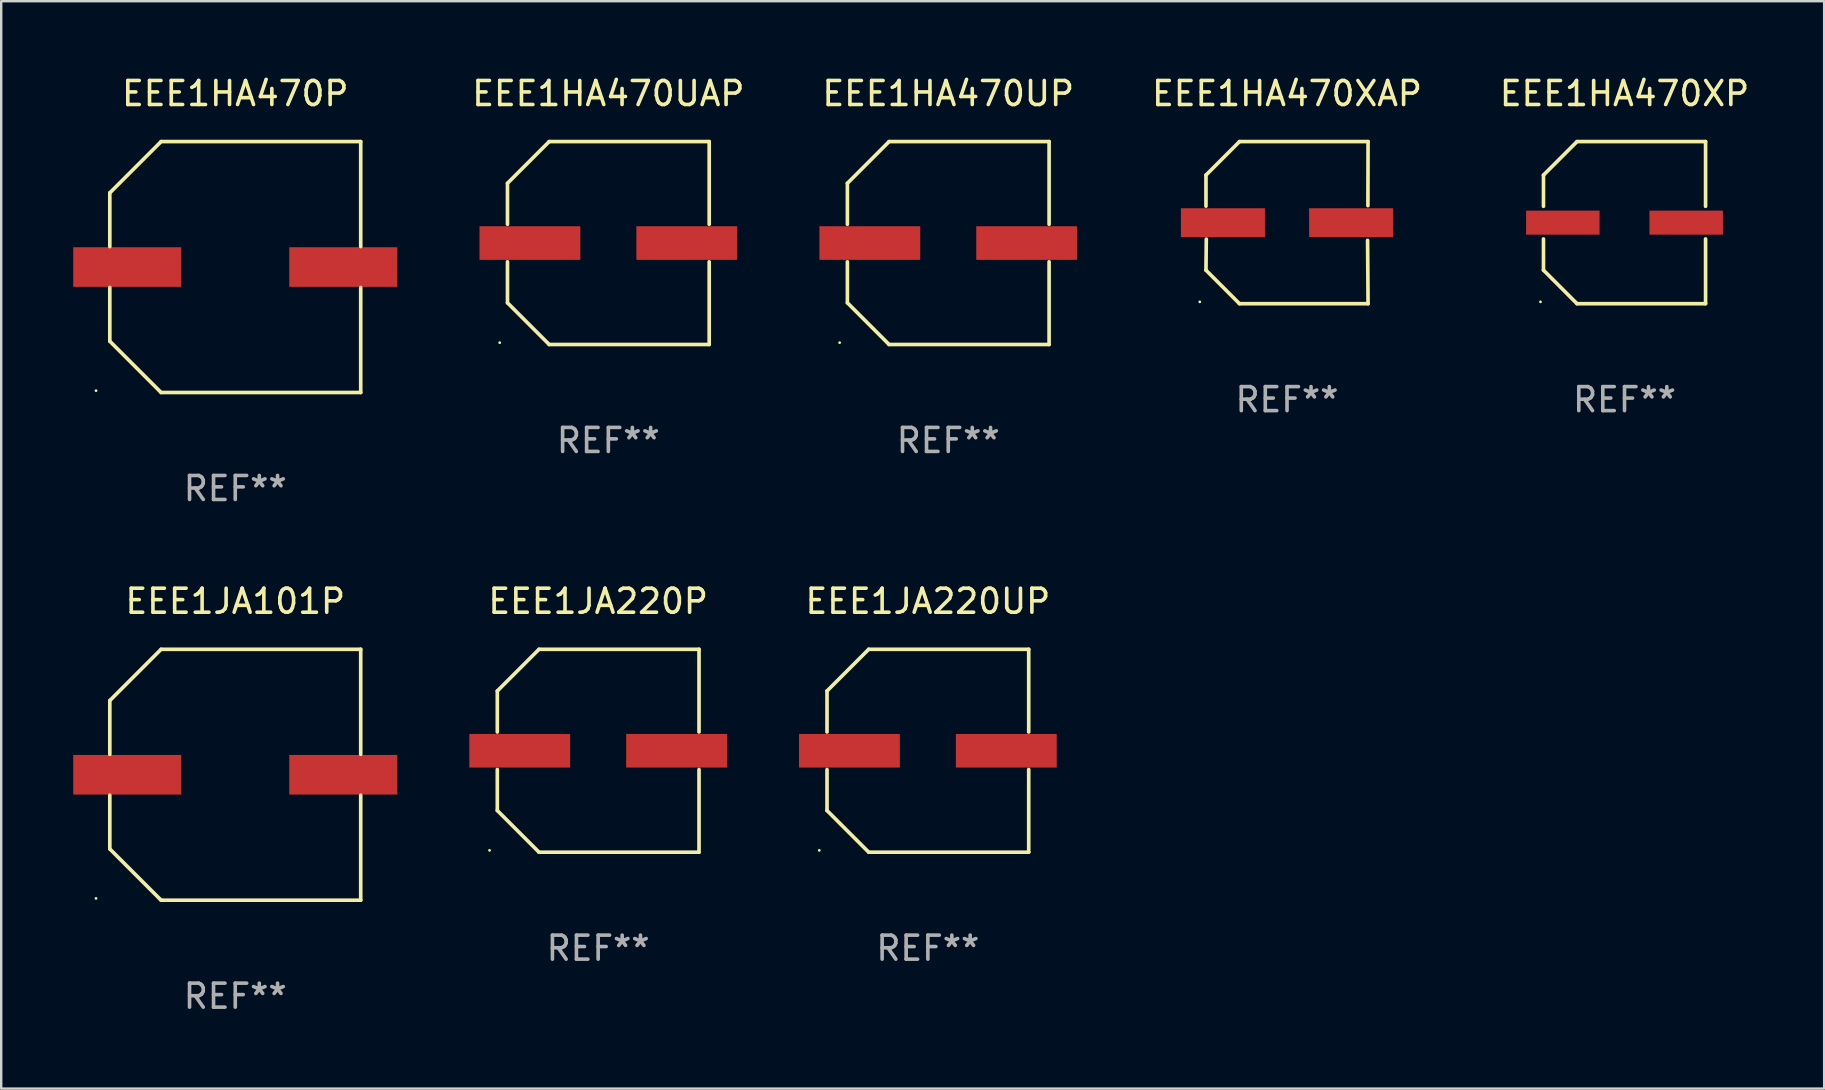
<source format=kicad_pcb>
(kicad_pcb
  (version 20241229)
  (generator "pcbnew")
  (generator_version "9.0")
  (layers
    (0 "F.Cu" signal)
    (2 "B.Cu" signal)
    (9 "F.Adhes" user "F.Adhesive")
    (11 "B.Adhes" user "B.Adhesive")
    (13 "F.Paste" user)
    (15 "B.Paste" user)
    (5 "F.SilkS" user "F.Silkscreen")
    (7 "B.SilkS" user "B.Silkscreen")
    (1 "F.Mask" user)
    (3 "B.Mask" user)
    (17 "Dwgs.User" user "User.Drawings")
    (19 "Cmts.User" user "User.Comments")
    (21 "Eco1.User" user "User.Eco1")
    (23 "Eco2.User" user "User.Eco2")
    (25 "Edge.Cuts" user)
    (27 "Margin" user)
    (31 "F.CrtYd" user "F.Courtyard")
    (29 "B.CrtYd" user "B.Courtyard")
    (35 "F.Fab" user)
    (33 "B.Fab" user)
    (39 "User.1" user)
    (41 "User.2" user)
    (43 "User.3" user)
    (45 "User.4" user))
  (footprint "EEE1JA220P"
    (layer "F.Cu")
    (at 21.867 28.223)
    (property "Reference" "EEE1JA220P" (at 0 -6.226 0) (layer "F.SilkS") (effects (font (size 1 1) (thickness 0.15))))
    (attr through_hole)
    (fp_line (start -4.201 -2.49) (end -4.201 -0.782) (stroke (width 0.152) (type solid)) (layer "F.SilkS"))
    (fp_line (start -4.201 2.49) (end -4.201 0.782) (stroke (width 0.152) (type solid)) (layer "F.SilkS"))
    (fp_line (start -2.465 -4.226) (end -4.201 -2.49) (stroke (width 0.152) (type solid)) (layer "F.SilkS"))
    (fp_line (start -2.465 4.226) (end -4.201 2.49) (stroke (width 0.152) (type solid)) (layer "F.SilkS"))
    (fp_line (start 4.201 -4.226) (end -2.465 -4.226) (stroke (width 0.152) (type solid)) (layer "F.SilkS"))
    (fp_line (start 4.201 -0.782) (end 4.201 -4.226) (stroke (width 0.152) (type solid)) (layer "F.SilkS"))
    (fp_line (start 4.201 0.782) (end 4.201 4.226) (stroke (width 0.152) (type solid)) (layer "F.SilkS"))
    (fp_line (start 4.201 4.226) (end -2.465 4.226) (stroke (width 0.152) (type solid)) (layer "F.SilkS"))
    (fp_circle (center -4.524 4.15) (end -4.494 4.15) (stroke (width 0.06) (type solid)) (fill no) (layer "F.SilkS"))
    (fp_text user "REF**" (at 0 8.226 0) (layer "F.Fab") (effects (font (size 1 1) (thickness 0.15))))
    (pad "1" smd rect (at -3.267 0) (size 4.2 1.4) (layers "F.Cu" "F.Mask" "F.Paste"))
    (pad "2" smd rect (at 3.267 0) (size 4.2 1.4) (layers "F.Cu" "F.Mask" "F.Paste")))
  (footprint "EEE1HA470XAP"
    (layer "F.Cu")
    (at 50.562 6.224)
    (property "Reference" "EEE1HA470XAP" (at 0 -5.376 0) (layer "F.SilkS") (effects (font (size 1 1) (thickness 0.15))))
    (attr through_hole)
    (fp_line (start -3.376 -1.98) (end -3.376 -0.686) (stroke (width 0.152) (type solid)) (layer "F.SilkS"))
    (fp_line (start -3.376 1.981) (end -3.362 0.686) (stroke (width 0.152) (type solid)) (layer "F.SilkS"))
    (fp_line (start -1.981 3.376) (end -3.376 1.981) (stroke (width 0.152) (type solid)) (layer "F.SilkS"))
    (fp_line (start -1.98 -3.376) (end -3.376 -1.98) (stroke (width 0.152) (type solid)) (layer "F.SilkS"))
    (fp_line (start 3.356 0.74) (end 3.376 3.376) (stroke (width 0.152) (type solid)) (layer "F.SilkS"))
    (fp_line (start 3.369 -0.707) (end 3.376 -3.376) (stroke (width 0.152) (type solid)) (layer "F.SilkS"))
    (fp_line (start 3.376 3.376) (end -1.981 3.376) (stroke (width 0.152) (type solid)) (layer "F.SilkS"))
    (fp_line (start 3.376 -3.376) (end -1.98 -3.376) (stroke (width 0.152) (type solid)) (layer "F.SilkS"))
    (fp_circle (center -3.634 3.3) (end -3.604 3.3) (stroke (width 0.06) (type solid)) (fill no) (layer "F.SilkS"))
    (fp_text user "REF**" (at 0 7.376 0) (layer "F.Fab") (effects (font (size 1 1) (thickness 0.15))))
    (pad "1" smd rect (at -2.67 0.000254) (size 3.5 1.2) (layers "F.Cu" "F.Mask" "F.Paste"))
    (pad "2" smd rect (at 2.67 0.000254) (size 3.5 1.2) (layers "F.Cu" "F.Mask" "F.Paste")))
  (footprint "EEE1JA101P"
    (layer "F.Cu")
    (at 6.75 29.223)
    (property "Reference" "EEE1JA101P" (at 0 -7.226 0) (layer "F.SilkS") (effects (font (size 1 1) (thickness 0.15))))
    (attr through_hole)
    (fp_line (start -5.226 -3.09) (end -5.226 -0.852) (stroke (width 0.152) (type solid)) (layer "F.SilkS"))
    (fp_line (start -5.226 3.09) (end -5.226 0.852) (stroke (width 0.152) (type solid)) (layer "F.SilkS"))
    (fp_line (start -3.09 -5.226) (end -5.226 -3.09) (stroke (width 0.152) (type solid)) (layer "F.SilkS"))
    (fp_line (start -3.09 5.226) (end -5.226 3.09) (stroke (width 0.152) (type solid)) (layer "F.SilkS"))
    (fp_line (start 5.226 -5.226) (end -3.09 -5.226) (stroke (width 0.152) (type solid)) (layer "F.SilkS"))
    (fp_line (start 5.226 -0.852) (end 5.226 -5.226) (stroke (width 0.152) (type solid)) (layer "F.SilkS"))
    (fp_line (start 5.226 0.852) (end 5.226 5.226) (stroke (width 0.152) (type solid)) (layer "F.SilkS"))
    (fp_line (start 5.226 5.226) (end -3.09 5.226) (stroke (width 0.152) (type solid)) (layer "F.SilkS"))
    (fp_circle (center -5.8 5.15) (end -5.77 5.15) (stroke (width 0.06) (type solid)) (fill no) (layer "F.SilkS"))
    (fp_text user "REF**" (at 0 9.226 0) (layer "F.Fab") (effects (font (size 1 1) (thickness 0.15))))
    (pad "1" smd rect (at -4.5 0) (size 4.5 1.65) (layers "F.Cu" "F.Mask" "F.Paste"))
    (pad "2" smd rect (at 4.5 0) (size 4.5 1.65) (layers "F.Cu" "F.Mask" "F.Paste")))
  (footprint "EEE1HA470XP"
    (layer "F.Cu")
    (at 64.621 6.224)
    (property "Reference" "EEE1HA470XP" (at 0 -5.376 0) (layer "F.SilkS") (effects (font (size 1 1) (thickness 0.15))))
    (attr through_hole)
    (fp_line (start -3.376 -1.98) (end -3.376 -0.68) (stroke (width 0.152) (type solid)) (layer "F.SilkS"))
    (fp_line (start -3.376 -1.98) (end -1.98 -3.376) (stroke (width 0.152) (type solid)) (layer "F.SilkS"))
    (fp_line (start -3.376 0.68) (end -3.376 1.98) (stroke (width 0.152) (type solid)) (layer "F.SilkS"))
    (fp_line (start -3.376 1.98) (end -1.98 3.376) (stroke (width 0.152) (type solid)) (layer "F.SilkS"))
    (fp_line (start -1.98 -3.376) (end 3.376 -3.376) (stroke (width 0.152) (type solid)) (layer "F.SilkS"))
    (fp_line (start -1.98 3.376) (end 3.376 3.376) (stroke (width 0.152) (type solid)) (layer "F.SilkS"))
    (fp_line (start 3.376 -3.376) (end 3.376 -0.68) (stroke (width 0.152) (type solid)) (layer "F.SilkS"))
    (fp_line (start 3.376 0.68) (end 3.376 3.376) (stroke (width 0.152) (type solid)) (layer "F.SilkS"))
    (fp_circle (center -3.501 3.3) (end -3.471 3.3) (stroke (width 0.06) (type solid)) (fill no) (layer "F.SilkS"))
    (fp_text user "REF**" (at 0 7.376 0) (layer "F.Fab") (effects (font (size 1 1) (thickness 0.15))))
    (pad "1" smd rect (at -2.57 0.000013) (size 3.06 1) (layers "F.Cu" "F.Mask" "F.Paste"))
    (pad "2" smd rect (at 2.57 0.000013) (size 3.06 1) (layers "F.Cu" "F.Mask" "F.Paste")))
  (footprint "EEE1HA470P"
    (layer "F.Cu")
    (at 6.75 8.074)
    (property "Reference" "EEE1HA470P" (at 0 -7.226 0) (layer "F.SilkS") (effects (font (size 1 1) (thickness 0.15))))
    (attr through_hole)
    (fp_line (start -5.226 -3.09) (end -5.226 -0.852) (stroke (width 0.152) (type solid)) (layer "F.SilkS"))
    (fp_line (start -5.226 3.09) (end -5.226 0.852) (stroke (width 0.152) (type solid)) (layer "F.SilkS"))
    (fp_line (start -3.09 -5.226) (end -5.226 -3.09) (stroke (width 0.152) (type solid)) (layer "F.SilkS"))
    (fp_line (start -3.09 5.226) (end -5.226 3.09) (stroke (width 0.152) (type solid)) (layer "F.SilkS"))
    (fp_line (start 5.226 -5.226) (end -3.09 -5.226) (stroke (width 0.152) (type solid)) (layer "F.SilkS"))
    (fp_line (start 5.226 -0.852) (end 5.226 -5.226) (stroke (width 0.152) (type solid)) (layer "F.SilkS"))
    (fp_line (start 5.226 0.852) (end 5.226 5.226) (stroke (width 0.152) (type solid)) (layer "F.SilkS"))
    (fp_line (start 5.226 5.226) (end -3.09 5.226) (stroke (width 0.152) (type solid)) (layer "F.SilkS"))
    (fp_circle (center -5.8 5.15) (end -5.77 5.15) (stroke (width 0.06) (type solid)) (fill no) (layer "F.SilkS"))
    (fp_text user "REF**" (at 0 9.226 0) (layer "F.Fab") (effects (font (size 1 1) (thickness 0.15))))
    (pad "1" smd rect (at -4.5 0) (size 4.5 1.65) (layers "F.Cu" "F.Mask" "F.Paste"))
    (pad "2" smd rect (at 4.5 0) (size 4.5 1.65) (layers "F.Cu" "F.Mask" "F.Paste")))
  (footprint "EEE1HA470UAP"
    (layer "F.Cu")
    (at 22.291 7.074)
    (property "Reference" "EEE1HA470UAP" (at 0 -6.226 0) (layer "F.SilkS") (effects (font (size 1 1) (thickness 0.15))))
    (attr through_hole)
    (fp_line (start -4.201 -2.49) (end -4.201 -0.782) (stroke (width 0.152) (type solid)) (layer "F.SilkS"))
    (fp_line (start -4.201 2.49) (end -4.201 0.782) (stroke (width 0.152) (type solid)) (layer "F.SilkS"))
    (fp_line (start -2.465 -4.226) (end -4.201 -2.49) (stroke (width 0.152) (type solid)) (layer "F.SilkS"))
    (fp_line (start -2.465 4.226) (end -4.201 2.49) (stroke (width 0.152) (type solid)) (layer "F.SilkS"))
    (fp_line (start 4.201 -4.226) (end -2.465 -4.226) (stroke (width 0.152) (type solid)) (layer "F.SilkS"))
    (fp_line (start 4.201 -0.782) (end 4.201 -4.226) (stroke (width 0.152) (type solid)) (layer "F.SilkS"))
    (fp_line (start 4.201 0.782) (end 4.201 4.226) (stroke (width 0.152) (type solid)) (layer "F.SilkS"))
    (fp_line (start 4.201 4.226) (end -2.465 4.226) (stroke (width 0.152) (type solid)) (layer "F.SilkS"))
    (fp_circle (center -4.524 4.15) (end -4.494 4.15) (stroke (width 0.06) (type solid)) (fill no) (layer "F.SilkS"))
    (fp_text user "REF**" (at 0 8.226 0) (layer "F.Fab") (effects (font (size 1 1) (thickness 0.15))))
    (pad "1" smd rect (at -3.267 0) (size 4.2 1.4) (layers "F.Cu" "F.Mask" "F.Paste"))
    (pad "2" smd rect (at 3.267 0) (size 4.2 1.4) (layers "F.Cu" "F.Mask" "F.Paste")))
  (footprint "EEE1JA220UP"
    (layer "F.Cu")
    (at 35.601 28.223)
    (property "Reference" "EEE1JA220UP" (at 0 -6.226 0) (layer "F.SilkS") (effects (font (size 1 1) (thickness 0.15))))
    (attr through_hole)
    (fp_line (start -4.201 -2.49) (end -4.201 -0.782) (stroke (width 0.152) (type solid)) (layer "F.SilkS"))
    (fp_line (start -4.201 2.49) (end -4.201 0.782) (stroke (width 0.152) (type solid)) (layer "F.SilkS"))
    (fp_line (start -2.465 -4.226) (end -4.201 -2.49) (stroke (width 0.152) (type solid)) (layer "F.SilkS"))
    (fp_line (start -2.465 4.226) (end -4.201 2.49) (stroke (width 0.152) (type solid)) (layer "F.SilkS"))
    (fp_line (start 4.201 -4.226) (end -2.465 -4.226) (stroke (width 0.152) (type solid)) (layer "F.SilkS"))
    (fp_line (start 4.201 -0.782) (end 4.201 -4.226) (stroke (width 0.152) (type solid)) (layer "F.SilkS"))
    (fp_line (start 4.201 0.782) (end 4.201 4.226) (stroke (width 0.152) (type solid)) (layer "F.SilkS"))
    (fp_line (start 4.201 4.226) (end -2.465 4.226) (stroke (width 0.152) (type solid)) (layer "F.SilkS"))
    (fp_circle (center -4.524 4.15) (end -4.494 4.15) (stroke (width 0.06) (type solid)) (fill no) (layer "F.SilkS"))
    (fp_text user "REF**" (at 0 8.226 0) (layer "F.Fab") (effects (font (size 1 1) (thickness 0.15))))
    (pad "1" smd rect (at -3.267 0) (size 4.2 1.4) (layers "F.Cu" "F.Mask" "F.Paste"))
    (pad "2" smd rect (at 3.267 0) (size 4.2 1.4) (layers "F.Cu" "F.Mask" "F.Paste")))
  (footprint "EEE1HA470UP"
    (layer "F.Cu")
    (at 36.45 7.074)
    (property "Reference" "EEE1HA470UP" (at 0 -6.226 0) (layer "F.SilkS") (effects (font (size 1 1) (thickness 0.15))))
    (attr through_hole)
    (fp_line (start -4.201 -2.49) (end -4.201 -0.782) (stroke (width 0.152) (type solid)) (layer "F.SilkS"))
    (fp_line (start -4.201 2.49) (end -4.201 0.782) (stroke (width 0.152) (type solid)) (layer "F.SilkS"))
    (fp_line (start -2.465 -4.226) (end -4.201 -2.49) (stroke (width 0.152) (type solid)) (layer "F.SilkS"))
    (fp_line (start -2.465 4.226) (end -4.201 2.49) (stroke (width 0.152) (type solid)) (layer "F.SilkS"))
    (fp_line (start 4.201 -4.226) (end -2.465 -4.226) (stroke (width 0.152) (type solid)) (layer "F.SilkS"))
    (fp_line (start 4.201 -0.782) (end 4.201 -4.226) (stroke (width 0.152) (type solid)) (layer "F.SilkS"))
    (fp_line (start 4.201 0.782) (end 4.201 4.226) (stroke (width 0.152) (type solid)) (layer "F.SilkS"))
    (fp_line (start 4.201 4.226) (end -2.465 4.226) (stroke (width 0.152) (type solid)) (layer "F.SilkS"))
    (fp_circle (center -4.524 4.15) (end -4.494 4.15) (stroke (width 0.06) (type solid)) (fill no) (layer "F.SilkS"))
    (fp_text user "REF**" (at 0 8.226 0) (layer "F.Fab") (effects (font (size 1 1) (thickness 0.15))))
    (pad "1" smd rect (at -3.267 0) (size 4.2 1.4) (layers "F.Cu" "F.Mask" "F.Paste"))
    (pad "2" smd rect (at 3.267 0) (size 4.2 1.4) (layers "F.Cu" "F.Mask" "F.Paste")))
  (gr_rect
    (start -3 -3)
    (end 72.937 42.298)
    (stroke (width 0.1) (type default))
    (fill no)
    (layer "Edge.Cuts")))
</source>
